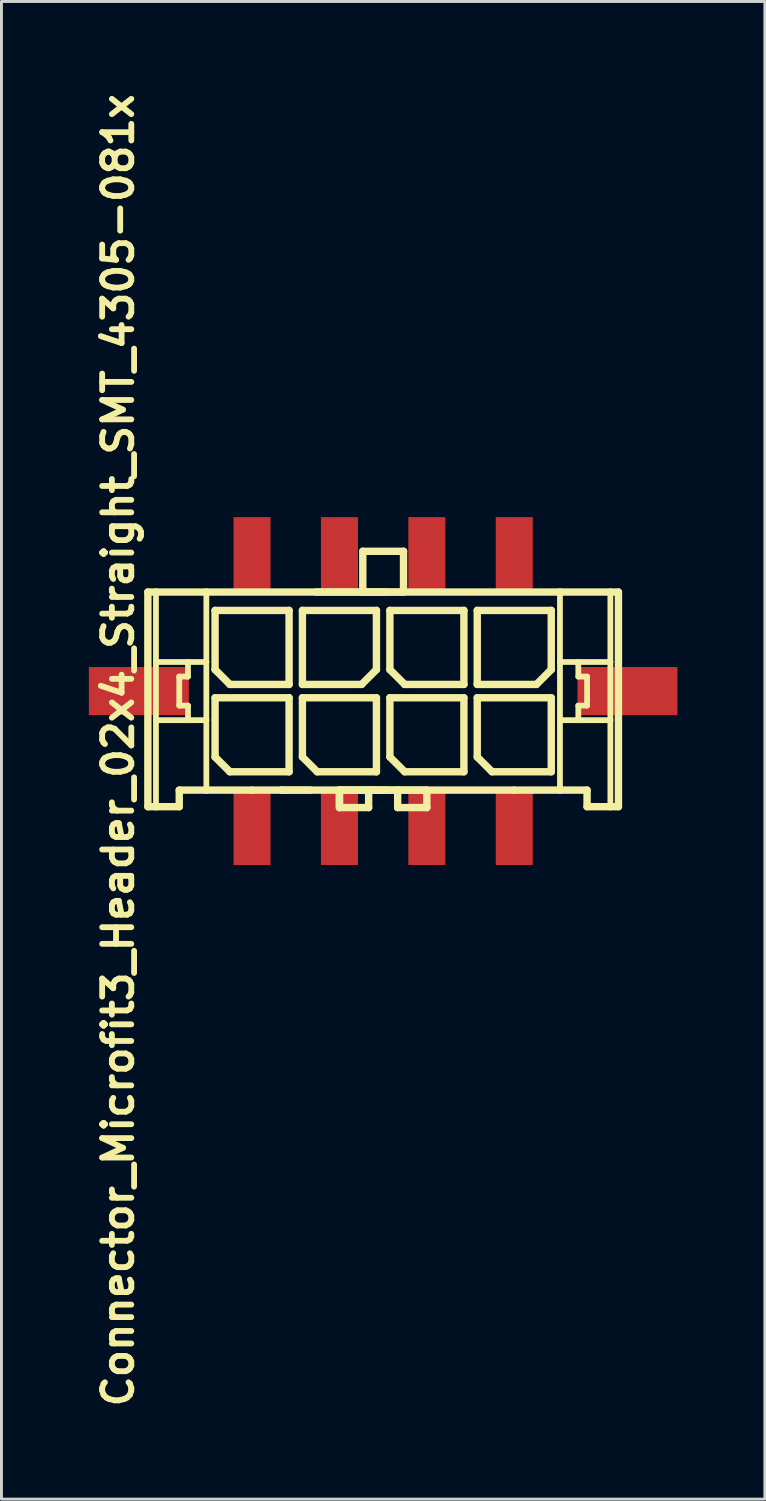
<source format=kicad_pcb>
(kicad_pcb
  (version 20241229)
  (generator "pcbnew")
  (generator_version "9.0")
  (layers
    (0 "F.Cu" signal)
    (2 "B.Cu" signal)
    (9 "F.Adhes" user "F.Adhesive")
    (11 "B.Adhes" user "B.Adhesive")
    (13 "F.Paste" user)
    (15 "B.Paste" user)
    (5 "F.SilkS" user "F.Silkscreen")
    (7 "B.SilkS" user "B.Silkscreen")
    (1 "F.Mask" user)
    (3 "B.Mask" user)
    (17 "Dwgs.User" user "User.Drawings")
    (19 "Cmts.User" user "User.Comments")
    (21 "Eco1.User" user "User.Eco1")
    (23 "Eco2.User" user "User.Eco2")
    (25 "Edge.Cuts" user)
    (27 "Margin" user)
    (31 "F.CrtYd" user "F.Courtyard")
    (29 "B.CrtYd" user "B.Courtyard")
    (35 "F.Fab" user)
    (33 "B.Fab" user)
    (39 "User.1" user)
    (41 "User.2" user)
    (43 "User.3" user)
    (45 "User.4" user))
  (footprint "Connector_Microfit3_Header_02x4_Straight_SMT_4305-081x"
    (placed yes)
    (layer "F.Cu")
    (at 10.1 20.668)
    (property "Reference" "Connector_Microfit3_Header_02x4_Straight_SMT_4305-081x" (at -9.096 2.032 90) (layer "F.SilkS") (effects (font (size 1 1) (thickness 0.2))))
    (attr smd)
    (fp_line (start -8.075 -3.399) (end -7.798 -3.399) (stroke (width 0.254) (type solid)) (layer "F.SilkS"))
    (fp_line (start -8.075 3.967) (end -8.075 -3.399) (stroke (width 0.254) (type solid)) (layer "F.SilkS"))
    (fp_line (start -7.798 -3.399) (end -6.068 -3.399) (stroke (width 0.254) (type solid)) (layer "F.SilkS"))
    (fp_line (start -7.798 -0.998) (end -7.798 -3.399) (stroke (width 0.198) (type solid)) (layer "F.SilkS"))
    (fp_line (start -7.798 0.998) (end -7.798 -0.998) (stroke (width 0.198) (type solid)) (layer "F.SilkS"))
    (fp_line (start -7.798 3.967) (end -8.075 3.967) (stroke (width 0.254) (type solid)) (layer "F.SilkS"))
    (fp_line (start -7.798 3.967) (end -7.798 0.998) (stroke (width 0.198) (type solid)) (layer "F.SilkS"))
    (fp_line (start -6.998 -0.498) (end -6.998 0.498) (stroke (width 0.198) (type solid)) (layer "F.SilkS"))
    (fp_line (start -6.998 0.498) (end -6.698 0.498) (stroke (width 0.198) (type solid)) (layer "F.SilkS"))
    (fp_line (start -6.998 3.399) (end -6.998 3.967) (stroke (width 0.254) (type solid)) (layer "F.SilkS"))
    (fp_line (start -6.998 3.967) (end -7.798 3.967) (stroke (width 0.254) (type solid)) (layer "F.SilkS"))
    (fp_line (start -6.698 -0.998) (end -7.798 -0.998) (stroke (width 0.198) (type solid)) (layer "F.SilkS"))
    (fp_line (start -6.698 -0.998) (end -6.698 -0.498) (stroke (width 0.198) (type solid)) (layer "F.SilkS"))
    (fp_line (start -6.698 -0.498) (end -6.998 -0.498) (stroke (width 0.198) (type solid)) (layer "F.SilkS"))
    (fp_line (start -6.698 0.498) (end -6.698 0.998) (stroke (width 0.198) (type solid)) (layer "F.SilkS"))
    (fp_line (start -6.698 0.998) (end -7.798 0.998) (stroke (width 0.198) (type solid)) (layer "F.SilkS"))
    (fp_line (start -6.068 -3.399) (end 6.068 -3.399) (stroke (width 0.254) (type solid)) (layer "F.SilkS"))
    (fp_line (start -6.068 -0.998) (end -6.698 -0.998) (stroke (width 0.198) (type solid)) (layer "F.SilkS"))
    (fp_line (start -6.068 -0.998) (end -6.068 -3.399) (stroke (width 0.198) (type solid)) (layer "F.SilkS"))
    (fp_line (start -6.068 0.998) (end -6.698 0.998) (stroke (width 0.198) (type solid)) (layer "F.SilkS"))
    (fp_line (start -6.068 0.998) (end -6.068 -0.998) (stroke (width 0.198) (type solid)) (layer "F.SilkS"))
    (fp_line (start -6.068 3.399) (end -6.998 3.399) (stroke (width 0.254) (type solid)) (layer "F.SilkS"))
    (fp_line (start -6.068 3.399) (end -6.068 0.998) (stroke (width 0.198) (type solid)) (layer "F.SilkS"))
    (fp_line (start -5.769 -2.769) (end -3.229 -2.769) (stroke (width 0.254) (type solid)) (layer "F.SilkS"))
    (fp_line (start -5.769 -0.737) (end -5.769 -2.769) (stroke (width 0.254) (type solid)) (layer "F.SilkS"))
    (fp_line (start -5.769 0.229) (end -3.229 0.229) (stroke (width 0.254) (type solid)) (layer "F.SilkS"))
    (fp_line (start -5.769 2.261) (end -5.769 0.229) (stroke (width 0.254) (type solid)) (layer "F.SilkS"))
    (fp_line (start -5.261 -0.229) (end -5.769 -0.737) (stroke (width 0.254) (type solid)) (layer "F.SilkS"))
    (fp_line (start -5.261 2.769) (end -5.769 2.261) (stroke (width 0.254) (type solid)) (layer "F.SilkS"))
    (fp_line (start -4.499 3.399) (end -6.068 3.399) (stroke (width 0.254) (type solid)) (layer "F.SilkS"))
    (fp_line (start -3.498 3.399) (end -4.499 3.399) (stroke (width 0.254) (type solid)) (layer "F.SilkS"))
    (fp_line (start -3.229 -2.769) (end -3.229 -0.229) (stroke (width 0.254) (type solid)) (layer "F.SilkS"))
    (fp_line (start -3.229 -0.229) (end -5.261 -0.229) (stroke (width 0.254) (type solid)) (layer "F.SilkS"))
    (fp_line (start -3.229 0.229) (end -3.229 2.769) (stroke (width 0.254) (type solid)) (layer "F.SilkS"))
    (fp_line (start -3.229 2.769) (end -5.261 2.769) (stroke (width 0.254) (type solid)) (layer "F.SilkS"))
    (fp_line (start -2.771 -2.769) (end -2.771 -0.229) (stroke (width 0.254) (type solid)) (layer "F.SilkS"))
    (fp_line (start -2.771 -0.229) (end -0.739 -0.229) (stroke (width 0.254) (type solid)) (layer "F.SilkS"))
    (fp_line (start -2.771 0.229) (end -0.231 0.229) (stroke (width 0.254) (type solid)) (layer "F.SilkS"))
    (fp_line (start -2.771 2.261) (end -2.771 0.229) (stroke (width 0.254) (type solid)) (layer "F.SilkS"))
    (fp_line (start -2.502 3.399) (end -3.498 3.399) (stroke (width 0.254) (type solid)) (layer "F.SilkS"))
    (fp_line (start -2.301 -3.399) (end 0.068 -3.399) (stroke (width 0.254) (type solid)) (layer "F.SilkS"))
    (fp_line (start -2.263 2.769) (end -2.771 2.261) (stroke (width 0.254) (type solid)) (layer "F.SilkS"))
    (fp_line (start -1.501 3.998) (end -1.501 3.399) (stroke (width 0.254) (type solid)) (layer "F.SilkS"))
    (fp_line (start -1.499 3.399) (end -1.499 3.998) (stroke (width 0.254) (type solid)) (layer "F.SilkS"))
    (fp_line (start -1.499 3.998) (end -0.498 3.998) (stroke (width 0.254) (type solid)) (layer "F.SilkS"))
    (fp_line (start -0.739 -0.229) (end -0.231 -0.737) (stroke (width 0.254) (type solid)) (layer "F.SilkS"))
    (fp_line (start -0.699 -4.798) (end -0.699 -3.399) (stroke (width 0.254) (type solid)) (layer "F.SilkS"))
    (fp_line (start -0.699 -4.798) (end 0.699 -4.798) (stroke (width 0.254) (type solid)) (layer "F.SilkS"))
    (fp_line (start -0.699 -3.399) (end 0.699 -3.399) (stroke (width 0.254) (type solid)) (layer "F.SilkS"))
    (fp_line (start -0.498 3.399) (end -1.499 3.399) (stroke (width 0.254) (type solid)) (layer "F.SilkS"))
    (fp_line (start -0.498 3.998) (end -0.498 3.399) (stroke (width 0.254) (type solid)) (layer "F.SilkS"))
    (fp_line (start -0.231 -2.769) (end -2.771 -2.769) (stroke (width 0.254) (type solid)) (layer "F.SilkS"))
    (fp_line (start -0.231 -0.737) (end -0.231 -2.769) (stroke (width 0.254) (type solid)) (layer "F.SilkS"))
    (fp_line (start -0.231 0.229) (end -0.231 2.769) (stroke (width 0.254) (type solid)) (layer "F.SilkS"))
    (fp_line (start -0.231 2.769) (end -2.263 2.769) (stroke (width 0.254) (type solid)) (layer "F.SilkS"))
    (fp_line (start 0.068 3.399) (end -1.501 3.399) (stroke (width 0.254) (type solid)) (layer "F.SilkS"))
    (fp_line (start 0.231 -2.769) (end 2.771 -2.769) (stroke (width 0.254) (type solid)) (layer "F.SilkS"))
    (fp_line (start 0.231 -0.737) (end 0.231 -2.769) (stroke (width 0.254) (type solid)) (layer "F.SilkS"))
    (fp_line (start 0.231 0.229) (end 2.771 0.229) (stroke (width 0.254) (type solid)) (layer "F.SilkS"))
    (fp_line (start 0.231 2.261) (end 0.231 0.229) (stroke (width 0.254) (type solid)) (layer "F.SilkS"))
    (fp_line (start 0.498 3.399) (end -0.498 3.399) (stroke (width 0.254) (type solid)) (layer "F.SilkS"))
    (fp_line (start 0.498 3.399) (end 0.498 3.998) (stroke (width 0.254) (type solid)) (layer "F.SilkS"))
    (fp_line (start 0.498 3.998) (end 1.499 3.998) (stroke (width 0.254) (type solid)) (layer "F.SilkS"))
    (fp_line (start 0.699 -4.798) (end 0.699 -3.399) (stroke (width 0.254) (type solid)) (layer "F.SilkS"))
    (fp_line (start 0.739 -0.229) (end 0.231 -0.737) (stroke (width 0.254) (type solid)) (layer "F.SilkS"))
    (fp_line (start 0.739 2.769) (end 0.231 2.261) (stroke (width 0.254) (type solid)) (layer "F.SilkS"))
    (fp_line (start 1.499 3.399) (end 0.498 3.399) (stroke (width 0.254) (type solid)) (layer "F.SilkS"))
    (fp_line (start 1.499 3.998) (end 1.499 3.399) (stroke (width 0.254) (type solid)) (layer "F.SilkS"))
    (fp_line (start 2.771 -2.769) (end 2.771 -0.229) (stroke (width 0.254) (type solid)) (layer "F.SilkS"))
    (fp_line (start 2.771 -0.229) (end 0.739 -0.229) (stroke (width 0.254) (type solid)) (layer "F.SilkS"))
    (fp_line (start 2.771 0.229) (end 2.771 2.769) (stroke (width 0.254) (type solid)) (layer "F.SilkS"))
    (fp_line (start 2.771 2.769) (end 0.739 2.769) (stroke (width 0.254) (type solid)) (layer "F.SilkS"))
    (fp_line (start 3.229 -2.769) (end 3.229 -0.229) (stroke (width 0.254) (type solid)) (layer "F.SilkS"))
    (fp_line (start 3.229 -0.229) (end 5.261 -0.229) (stroke (width 0.254) (type solid)) (layer "F.SilkS"))
    (fp_line (start 3.229 0.229) (end 5.769 0.229) (stroke (width 0.254) (type solid)) (layer "F.SilkS"))
    (fp_line (start 3.229 2.261) (end 3.229 0.229) (stroke (width 0.254) (type solid)) (layer "F.SilkS"))
    (fp_line (start 3.737 2.769) (end 3.229 2.261) (stroke (width 0.254) (type solid)) (layer "F.SilkS"))
    (fp_line (start 4.499 3.399) (end -3.498 3.399) (stroke (width 0.254) (type solid)) (layer "F.SilkS"))
    (fp_line (start 5.261 -0.229) (end 5.769 -0.737) (stroke (width 0.254) (type solid)) (layer "F.SilkS"))
    (fp_line (start 5.769 -2.769) (end 3.229 -2.769) (stroke (width 0.254) (type solid)) (layer "F.SilkS"))
    (fp_line (start 5.769 -0.737) (end 5.769 -2.769) (stroke (width 0.254) (type solid)) (layer "F.SilkS"))
    (fp_line (start 5.769 0.229) (end 5.769 2.769) (stroke (width 0.254) (type solid)) (layer "F.SilkS"))
    (fp_line (start 5.769 2.769) (end 3.737 2.769) (stroke (width 0.254) (type solid)) (layer "F.SilkS"))
    (fp_line (start 6.068 -3.399) (end 6.068 -0.998) (stroke (width 0.198) (type solid)) (layer "F.SilkS"))
    (fp_line (start 6.068 -3.399) (end 7.798 -3.399) (stroke (width 0.254) (type solid)) (layer "F.SilkS"))
    (fp_line (start 6.068 -0.998) (end 6.068 0.998) (stroke (width 0.198) (type solid)) (layer "F.SilkS"))
    (fp_line (start 6.068 -0.998) (end 6.698 -0.998) (stroke (width 0.198) (type solid)) (layer "F.SilkS"))
    (fp_line (start 6.068 0.998) (end 6.068 3.399) (stroke (width 0.198) (type solid)) (layer "F.SilkS"))
    (fp_line (start 6.068 0.998) (end 6.698 0.998) (stroke (width 0.198) (type solid)) (layer "F.SilkS"))
    (fp_line (start 6.068 3.399) (end 4.499 3.399) (stroke (width 0.254) (type solid)) (layer "F.SilkS"))
    (fp_line (start 6.698 -0.998) (end 6.698 -0.498) (stroke (width 0.198) (type solid)) (layer "F.SilkS"))
    (fp_line (start 6.698 -0.998) (end 7.798 -0.998) (stroke (width 0.198) (type solid)) (layer "F.SilkS"))
    (fp_line (start 6.698 -0.498) (end 6.998 -0.498) (stroke (width 0.198) (type solid)) (layer "F.SilkS"))
    (fp_line (start 6.698 0.498) (end 6.698 0.998) (stroke (width 0.198) (type solid)) (layer "F.SilkS"))
    (fp_line (start 6.698 0.998) (end 7.798 0.998) (stroke (width 0.198) (type solid)) (layer "F.SilkS"))
    (fp_line (start 6.998 -0.498) (end 6.998 0.498) (stroke (width 0.198) (type solid)) (layer "F.SilkS"))
    (fp_line (start 6.998 0.498) (end 6.698 0.498) (stroke (width 0.198) (type solid)) (layer "F.SilkS"))
    (fp_line (start 6.998 3.399) (end 6.068 3.399) (stroke (width 0.254) (type solid)) (layer "F.SilkS"))
    (fp_line (start 6.998 3.967) (end 6.998 3.399) (stroke (width 0.254) (type solid)) (layer "F.SilkS"))
    (fp_line (start 6.998 3.967) (end 7.798 3.967) (stroke (width 0.254) (type solid)) (layer "F.SilkS"))
    (fp_line (start 7.798 -3.399) (end 8.075 -3.399) (stroke (width 0.254) (type solid)) (layer "F.SilkS"))
    (fp_line (start 7.798 -0.998) (end 7.798 -3.399) (stroke (width 0.198) (type solid)) (layer "F.SilkS"))
    (fp_line (start 7.798 0.998) (end 7.798 -0.998) (stroke (width 0.198) (type solid)) (layer "F.SilkS"))
    (fp_line (start 7.798 3.967) (end 7.798 0.998) (stroke (width 0.198) (type solid)) (layer "F.SilkS"))
    (fp_line (start 7.798 3.967) (end 8.075 3.967) (stroke (width 0.254) (type solid)) (layer "F.SilkS"))
    (fp_line (start 8.075 -3.399) (end 8.075 3.967) (stroke (width 0.254) (type solid)) (layer "F.SilkS"))
    (pad "1" smd rect (at 4.5 4.7) (size 1.27 2.54) (layers "F.Cu" "F.Mask" "F.Paste"))
    (pad "2" smd rect (at 1.5 4.7) (size 1.27 2.54) (layers "F.Cu" "F.Mask" "F.Paste"))
    (pad "3" smd rect (at -1.5 4.7) (size 1.27 2.54) (layers "F.Cu" "F.Mask" "F.Paste"))
    (pad "4" smd rect (at -4.5 4.7) (size 1.27 2.54) (layers "F.Cu" "F.Mask" "F.Paste"))
    (pad "5" smd rect (at 4.5 -4.7) (size 1.27 2.54) (layers "F.Cu" "F.Mask" "F.Paste"))
    (pad "6" smd rect (at 1.5 -4.7) (size 1.27 2.54) (layers "F.Cu" "F.Mask" "F.Paste"))
    (pad "7" smd rect (at -1.5 -4.7) (size 1.27 2.54) (layers "F.Cu" "F.Mask" "F.Paste"))
    (pad "8" smd rect (at -4.5 -4.7) (size 1.27 2.54) (layers "F.Cu" "F.Mask" "F.Paste"))
    (pad "CLIP" smd rect (at -8.385 0) (size 3.43 1.65) (layers "F.Cu" "F.Mask" "F.Paste"))
    (pad "CLIP" smd rect (at 8.385 0) (size 3.43 1.65) (layers "F.Cu" "F.Mask" "F.Paste")))
  (gr_rect
    (start -3 -3)
    (end 23.2 48.4)
    (stroke (width 0.1) (type default))
    (fill no)
    (layer "Edge.Cuts")))
</source>
